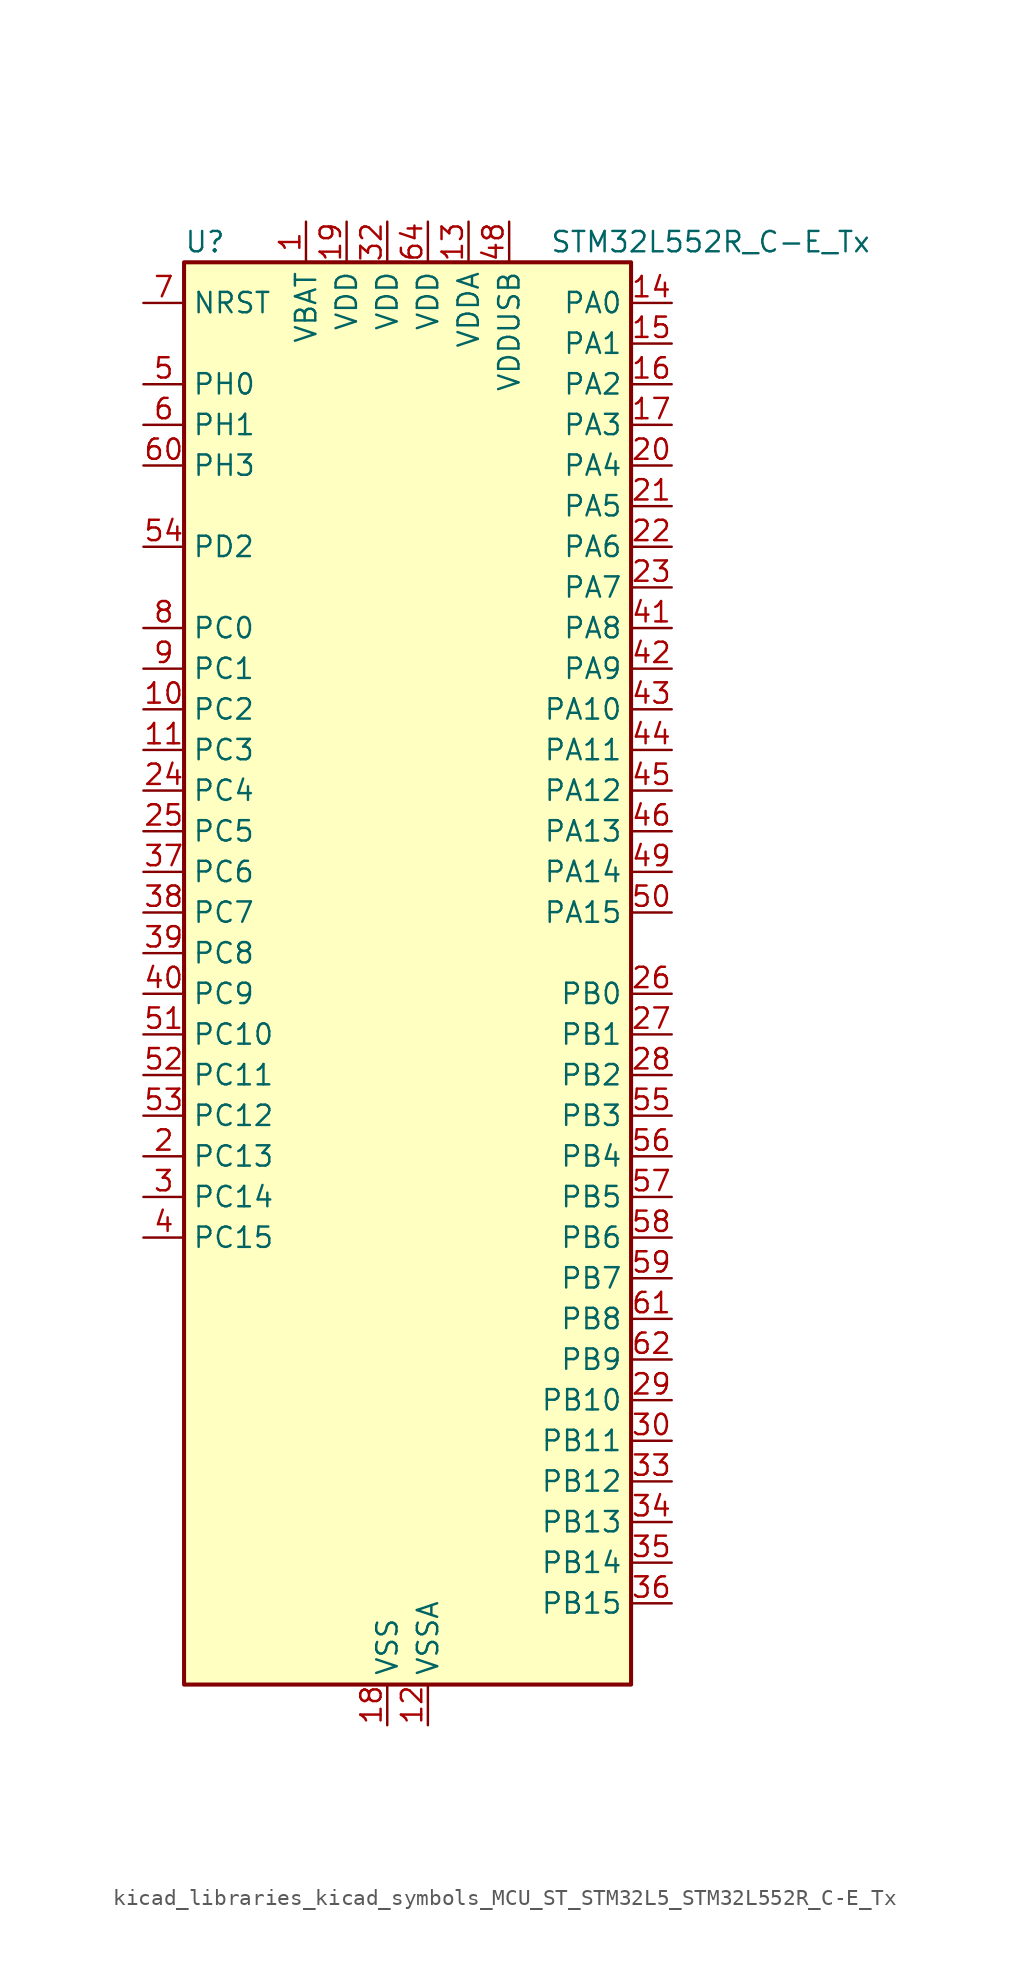
<source format=kicad_sym>
(kicad_symbol_lib
  (version 20220914)
  (generator kicad_symbol_editor)
  (symbol "kicad_libraries_kicad_symbols_MCU_ST_STM32L5_STM32L552R_C-E_Tx"
    (property "Reference" "U"
      (at -12.7 46.99 0)
      (effects (font (size 1.27 1.27)) (justify left)))
    (property "Value" "STM32L552R_C-E_Tx"
      (at 10.16 46.99 0)
      (effects (font (size 1.27 1.27)) (justify left)))
    (property "ki_locked" ""
      (at 0 0 0)
      (effects (font (size 1.27 1.27))))
    (symbol "kicad_libraries_kicad_symbols_MCU_ST_STM32L5_STM32L552R_C-E_Tx_0_1"
      (rectangle (start -12.7 -43.18) (end 15.24 45.72) (stroke (width 0.254) (type default)) (fill (type background))))
    (symbol "kicad_libraries_kicad_symbols_MCU_ST_STM32L5_STM32L552R_C-E_Tx_1_1"
      (pin power_in line (at -5.08 48.26 270) (length 2.54) (name "VBAT" (effects (font (size 1.27 1.27)))) (number "1" (effects (font (size 1.27 1.27)))))
      (pin bidirectional line (at -15.24 17.78 0) (length 2.54) (name "PC2" (effects (font (size 1.27 1.27)))) (number "10" (effects (font (size 1.27 1.27)))) (alternate "ADC1_IN3" bidirectional line) (alternate "ADC2_IN3" bidirectional line) (alternate "DFSDM1_CKOUT" bidirectional line) (alternate "LPTIM1_IN2" bidirectional line) (alternate "OCTOSPI1_IO5" bidirectional line) (alternate "SPI2_MISO" bidirectional line))
      (pin bidirectional line (at -15.24 15.24 0) (length 2.54) (name "PC3" (effects (font (size 1.27 1.27)))) (number "11" (effects (font (size 1.27 1.27)))) (alternate "ADC1_IN4" bidirectional line) (alternate "ADC2_IN4" bidirectional line) (alternate "LPTIM1_ETR" bidirectional line) (alternate "LPTIM2_ETR" bidirectional line) (alternate "LPTIM3_OUT" bidirectional line) (alternate "OCTOSPI1_IO6" bidirectional line) (alternate "SAI1_D1" bidirectional line) (alternate "SAI1_SD_A" bidirectional line) (alternate "SPI2_MOSI" bidirectional line))
      (pin power_in line (at 2.54 -45.72 90) (length 2.54) (name "VSSA" (effects (font (size 1.27 1.27)))) (number "12" (effects (font (size 1.27 1.27)))))
      (pin power_in line (at 5.08 48.26 270) (length 2.54) (name "VDDA" (effects (font (size 1.27 1.27)))) (number "13" (effects (font (size 1.27 1.27)))))
      (pin bidirectional line (at 17.78 43.18 180) (length 2.54) (name "PA0" (effects (font (size 1.27 1.27)))) (number "14" (effects (font (size 1.27 1.27)))) (alternate "ADC1_IN5" bidirectional line) (alternate "ADC2_IN5" bidirectional line) (alternate "OPAMP1_VINP" bidirectional line) (alternate "PWR_WKUP1" bidirectional line) (alternate "SAI1_EXTCLK" bidirectional line) (alternate "TAMP_IN2" bidirectional line) (alternate "TAMP_OUT1" bidirectional line) (alternate "TIM2_CH1" bidirectional line) (alternate "TIM2_ETR" bidirectional line) (alternate "TIM5_CH1" bidirectional line) (alternate "TIM8_ETR" bidirectional line) (alternate "UART4_TX" bidirectional line) (alternate "USART2_CTS" bidirectional line) (alternate "USART2_NSS" bidirectional line))
      (pin bidirectional line (at 17.78 40.64 180) (length 2.54) (name "PA1" (effects (font (size 1.27 1.27)))) (number "15" (effects (font (size 1.27 1.27)))) (alternate "ADC1_IN6" bidirectional line) (alternate "ADC2_IN6" bidirectional line) (alternate "I2C1_SMBA" bidirectional line) (alternate "OCTOSPI1_DQS" bidirectional line) (alternate "OPAMP1_VINM" bidirectional line) (alternate "SPI1_SCK" bidirectional line) (alternate "TAMP_IN5" bidirectional line) (alternate "TAMP_OUT4" bidirectional line) (alternate "TIM15_CH1N" bidirectional line) (alternate "TIM2_CH2" bidirectional line) (alternate "TIM5_CH2" bidirectional line) (alternate "UART4_RX" bidirectional line) (alternate "USART2_DE" bidirectional line) (alternate "USART2_RTS" bidirectional line))
      (pin bidirectional line (at 17.78 38.1 180) (length 2.54) (name "PA2" (effects (font (size 1.27 1.27)))) (number "16" (effects (font (size 1.27 1.27)))) (alternate "ADC1_IN7" bidirectional line) (alternate "ADC2_IN7" bidirectional line) (alternate "COMP1_INP" bidirectional line) (alternate "LPUART1_TX" bidirectional line) (alternate "OCTOSPI1_NCS" bidirectional line) (alternate "PWR_WKUP4" bidirectional line) (alternate "RCC_LSCO" bidirectional line) (alternate "SAI2_EXTCLK" bidirectional line) (alternate "TIM15_CH1" bidirectional line) (alternate "TIM2_CH3" bidirectional line) (alternate "TIM5_CH3" bidirectional line) (alternate "UCPD1_FRSTX1" bidirectional line) (alternate "USART2_TX" bidirectional line))
      (pin bidirectional line (at 17.78 35.56 180) (length 2.54) (name "PA3" (effects (font (size 1.27 1.27)))) (number "17" (effects (font (size 1.27 1.27)))) (alternate "ADC1_IN8" bidirectional line) (alternate "ADC2_IN8" bidirectional line) (alternate "LPUART1_RX" bidirectional line) (alternate "OCTOSPI1_CLK" bidirectional line) (alternate "OPAMP1_VOUT" bidirectional line) (alternate "SAI1_CK1" bidirectional line) (alternate "SAI1_MCLK_A" bidirectional line) (alternate "TIM15_CH2" bidirectional line) (alternate "TIM2_CH4" bidirectional line) (alternate "TIM5_CH4" bidirectional line) (alternate "USART2_RX" bidirectional line))
      (pin power_in line (at 0 -45.72 90) (length 2.54) (name "VSS" (effects (font (size 1.27 1.27)))) (number "18" (effects (font (size 1.27 1.27)))))
      (pin power_in line (at -2.54 48.26 270) (length 2.54) (name "VDD" (effects (font (size 1.27 1.27)))) (number "19" (effects (font (size 1.27 1.27)))))
      (pin bidirectional line (at -15.24 -10.16 0) (length 2.54) (name "PC13" (effects (font (size 1.27 1.27)))) (number "2" (effects (font (size 1.27 1.27)))) (alternate "PWR_WKUP2" bidirectional line) (alternate "RTC_OUT1" bidirectional line) (alternate "RTC_TS" bidirectional line) (alternate "TAMP_IN1" bidirectional line) (alternate "TAMP_OUT2" bidirectional line))
      (pin bidirectional line (at 17.78 33.02 180) (length 2.54) (name "PA4" (effects (font (size 1.27 1.27)))) (number "20" (effects (font (size 1.27 1.27)))) (alternate "ADC1_IN9" bidirectional line) (alternate "ADC2_IN9" bidirectional line) (alternate "DAC1_OUT1" bidirectional line) (alternate "LPTIM2_OUT" bidirectional line) (alternate "OCTOSPI1_NCS" bidirectional line) (alternate "SAI1_FS_B" bidirectional line) (alternate "SPI1_NSS" bidirectional line) (alternate "SPI3_NSS" bidirectional line) (alternate "USART2_CK" bidirectional line))
      (pin bidirectional line (at 17.78 30.48 180) (length 2.54) (name "PA5" (effects (font (size 1.27 1.27)))) (number "21" (effects (font (size 1.27 1.27)))) (alternate "ADC1_IN10" bidirectional line) (alternate "ADC2_IN10" bidirectional line) (alternate "DAC1_OUT2" bidirectional line) (alternate "LPTIM2_ETR" bidirectional line) (alternate "SPI1_SCK" bidirectional line) (alternate "TIM2_CH1" bidirectional line) (alternate "TIM2_ETR" bidirectional line) (alternate "TIM8_CH1N" bidirectional line))
      (pin bidirectional line (at 17.78 27.94 180) (length 2.54) (name "PA6" (effects (font (size 1.27 1.27)))) (number "22" (effects (font (size 1.27 1.27)))) (alternate "ADC1_IN11" bidirectional line) (alternate "ADC2_IN11" bidirectional line) (alternate "LPUART1_CTS" bidirectional line) (alternate "OCTOSPI1_IO3" bidirectional line) (alternate "OPAMP2_VINP" bidirectional line) (alternate "SPI1_MISO" bidirectional line) (alternate "TIM16_CH1" bidirectional line) (alternate "TIM1_BKIN" bidirectional line) (alternate "TIM3_CH1" bidirectional line) (alternate "TIM8_BKIN" bidirectional line) (alternate "USART3_CTS" bidirectional line) (alternate "USART3_NSS" bidirectional line))
      (pin bidirectional line (at 17.78 25.4 180) (length 2.54) (name "PA7" (effects (font (size 1.27 1.27)))) (number "23" (effects (font (size 1.27 1.27)))) (alternate "ADC1_IN12" bidirectional line) (alternate "ADC2_IN12" bidirectional line) (alternate "I2C3_SCL" bidirectional line) (alternate "OCTOSPI1_IO2" bidirectional line) (alternate "OPAMP2_VINM" bidirectional line) (alternate "SPI1_MOSI" bidirectional line) (alternate "TIM17_CH1" bidirectional line) (alternate "TIM1_CH1N" bidirectional line) (alternate "TIM3_CH2" bidirectional line) (alternate "TIM8_CH1N" bidirectional line))
      (pin bidirectional line (at -15.24 12.7 0) (length 2.54) (name "PC4" (effects (font (size 1.27 1.27)))) (number "24" (effects (font (size 1.27 1.27)))) (alternate "ADC1_IN13" bidirectional line) (alternate "ADC2_IN13" bidirectional line) (alternate "COMP1_INM" bidirectional line) (alternate "OCTOSPI1_IO7" bidirectional line) (alternate "USART3_TX" bidirectional line))
      (pin bidirectional line (at -15.24 10.16 0) (length 2.54) (name "PC5" (effects (font (size 1.27 1.27)))) (number "25" (effects (font (size 1.27 1.27)))) (alternate "ADC1_IN14" bidirectional line) (alternate "ADC2_IN14" bidirectional line) (alternate "COMP1_INP" bidirectional line) (alternate "PWR_WKUP5" bidirectional line) (alternate "SAI1_D3" bidirectional line) (alternate "TAMP_IN4" bidirectional line) (alternate "TAMP_OUT5" bidirectional line) (alternate "USART3_RX" bidirectional line))
      (pin bidirectional line (at 17.78 0 180) (length 2.54) (name "PB0" (effects (font (size 1.27 1.27)))) (number "26" (effects (font (size 1.27 1.27)))) (alternate "ADC1_IN15" bidirectional line) (alternate "ADC2_IN15" bidirectional line) (alternate "COMP1_OUT" bidirectional line) (alternate "OCTOSPI1_IO1" bidirectional line) (alternate "OPAMP2_VOUT" bidirectional line) (alternate "SAI1_EXTCLK" bidirectional line) (alternate "SPI1_NSS" bidirectional line) (alternate "TIM1_CH2N" bidirectional line) (alternate "TIM3_CH3" bidirectional line) (alternate "TIM8_CH2N" bidirectional line) (alternate "USART3_CK" bidirectional line))
      (pin bidirectional line (at 17.78 -2.54 180) (length 2.54) (name "PB1" (effects (font (size 1.27 1.27)))) (number "27" (effects (font (size 1.27 1.27)))) (alternate "ADC1_IN16" bidirectional line) (alternate "ADC2_IN16" bidirectional line) (alternate "COMP1_INM" bidirectional line) (alternate "DFSDM1_DATIN0" bidirectional line) (alternate "LPTIM2_IN1" bidirectional line) (alternate "LPUART1_DE" bidirectional line) (alternate "LPUART1_RTS" bidirectional line) (alternate "OCTOSPI1_IO0" bidirectional line) (alternate "TIM1_CH3N" bidirectional line) (alternate "TIM3_CH4" bidirectional line) (alternate "TIM8_CH3N" bidirectional line) (alternate "USART3_DE" bidirectional line) (alternate "USART3_RTS" bidirectional line))
      (pin bidirectional line (at 17.78 -5.08 180) (length 2.54) (name "PB2" (effects (font (size 1.27 1.27)))) (number "28" (effects (font (size 1.27 1.27)))) (alternate "COMP1_INP" bidirectional line) (alternate "DFSDM1_CKIN0" bidirectional line) (alternate "I2C3_SMBA" bidirectional line) (alternate "LPTIM1_OUT" bidirectional line) (alternate "OCTOSPI1_DQS" bidirectional line) (alternate "RTC_OUT2" bidirectional line) (alternate "UCPD1_FRSTX1" bidirectional line))
      (pin bidirectional line (at 17.78 -25.4 180) (length 2.54) (name "PB10" (effects (font (size 1.27 1.27)))) (number "29" (effects (font (size 1.27 1.27)))) (alternate "COMP1_OUT" bidirectional line) (alternate "I2C2_SCL" bidirectional line) (alternate "I2C4_SCL" bidirectional line) (alternate "LPTIM3_OUT" bidirectional line) (alternate "LPUART1_RX" bidirectional line) (alternate "OCTOSPI1_CLK" bidirectional line) (alternate "SAI1_SCK_A" bidirectional line) (alternate "SPI2_SCK" bidirectional line) (alternate "TIM2_CH3" bidirectional line) (alternate "TSC_SYNC" bidirectional line) (alternate "USART3_TX" bidirectional line))
      (pin bidirectional line (at -15.24 -12.7 0) (length 2.54) (name "PC14" (effects (font (size 1.27 1.27)))) (number "3" (effects (font (size 1.27 1.27)))) (alternate "RCC_OSC32_IN" bidirectional line))
      (pin bidirectional line (at 17.78 -27.94 180) (length 2.54) (name "PB11" (effects (font (size 1.27 1.27)))) (number "30" (effects (font (size 1.27 1.27)))) (alternate "ADC1_EXTI11" bidirectional line) (alternate "ADC2_EXTI11" bidirectional line) (alternate "COMP2_OUT" bidirectional line) (alternate "I2C2_SDA" bidirectional line) (alternate "I2C4_SDA" bidirectional line) (alternate "LPUART1_TX" bidirectional line) (alternate "OCTOSPI1_NCS" bidirectional line) (alternate "TIM2_CH4" bidirectional line) (alternate "USART3_RX" bidirectional line))
      (pin passive line (at 0 -45.72 90) (length 2.54) hide (name "VSS" (effects (font (size 1.27 1.27)))) (number "31" (effects (font (size 1.27 1.27)))))
      (pin power_in line (at 0 48.26 270) (length 2.54) (name "VDD" (effects (font (size 1.27 1.27)))) (number "32" (effects (font (size 1.27 1.27)))))
      (pin bidirectional line (at 17.78 -30.48 180) (length 2.54) (name "PB12" (effects (font (size 1.27 1.27)))) (number "33" (effects (font (size 1.27 1.27)))) (alternate "DFSDM1_DATIN1" bidirectional line) (alternate "I2C2_SMBA" bidirectional line) (alternate "LPUART1_DE" bidirectional line) (alternate "LPUART1_RTS" bidirectional line) (alternate "OCTOSPI1_NCLK" bidirectional line) (alternate "SAI2_FS_A" bidirectional line) (alternate "SPI2_NSS" bidirectional line) (alternate "TIM15_BKIN" bidirectional line) (alternate "TIM1_BKIN" bidirectional line) (alternate "TSC_G1_IO1" bidirectional line) (alternate "USART3_CK" bidirectional line))
      (pin bidirectional line (at 17.78 -33.02 180) (length 2.54) (name "PB13" (effects (font (size 1.27 1.27)))) (number "34" (effects (font (size 1.27 1.27)))) (alternate "DFSDM1_CKIN1" bidirectional line) (alternate "I2C2_SCL" bidirectional line) (alternate "LPTIM3_IN1" bidirectional line) (alternate "LPUART1_CTS" bidirectional line) (alternate "SAI2_SCK_A" bidirectional line) (alternate "SPI2_SCK" bidirectional line) (alternate "TIM15_CH1N" bidirectional line) (alternate "TIM1_CH1N" bidirectional line) (alternate "TSC_G1_IO2" bidirectional line) (alternate "UCPD1_FRSTX2" bidirectional line) (alternate "USART3_CTS" bidirectional line) (alternate "USART3_NSS" bidirectional line))
      (pin bidirectional line (at 17.78 -35.56 180) (length 2.54) (name "PB14" (effects (font (size 1.27 1.27)))) (number "35" (effects (font (size 1.27 1.27)))) (alternate "DFSDM1_DATIN2" bidirectional line) (alternate "I2C2_SDA" bidirectional line) (alternate "LPTIM3_ETR" bidirectional line) (alternate "SAI2_MCLK_A" bidirectional line) (alternate "SPI2_MISO" bidirectional line) (alternate "TIM15_CH1" bidirectional line) (alternate "TIM1_CH2N" bidirectional line) (alternate "TIM8_CH2N" bidirectional line) (alternate "TSC_G1_IO3" bidirectional line) (alternate "UCPD1_DBCC2" bidirectional line) (alternate "USART3_DE" bidirectional line) (alternate "USART3_RTS" bidirectional line))
      (pin bidirectional line (at 17.78 -38.1 180) (length 2.54) (name "PB15" (effects (font (size 1.27 1.27)))) (number "36" (effects (font (size 1.27 1.27)))) (alternate "ADC1_EXTI15" bidirectional line) (alternate "ADC2_EXTI15" bidirectional line) (alternate "DFSDM1_CKIN2" bidirectional line) (alternate "RTC_REFIN" bidirectional line) (alternate "SAI2_SD_A" bidirectional line) (alternate "SPI2_MOSI" bidirectional line) (alternate "TIM15_CH2" bidirectional line) (alternate "TIM1_CH3N" bidirectional line) (alternate "TIM8_CH3N" bidirectional line) (alternate "UCPD1_CC2" bidirectional line))
      (pin bidirectional line (at -15.24 7.62 0) (length 2.54) (name "PC6" (effects (font (size 1.27 1.27)))) (number "37" (effects (font (size 1.27 1.27)))) (alternate "DFSDM1_CKIN3" bidirectional line) (alternate "SAI2_MCLK_A" bidirectional line) (alternate "SDMMC1_D0DIR" bidirectional line) (alternate "SDMMC1_D6" bidirectional line) (alternate "TIM3_CH1" bidirectional line) (alternate "TIM8_CH1" bidirectional line) (alternate "TSC_G4_IO1" bidirectional line))
      (pin bidirectional line (at -15.24 5.08 0) (length 2.54) (name "PC7" (effects (font (size 1.27 1.27)))) (number "38" (effects (font (size 1.27 1.27)))) (alternate "DFSDM1_DATIN3" bidirectional line) (alternate "SAI2_MCLK_B" bidirectional line) (alternate "SDMMC1_D123DIR" bidirectional line) (alternate "SDMMC1_D7" bidirectional line) (alternate "TIM3_CH2" bidirectional line) (alternate "TIM8_CH2" bidirectional line) (alternate "TSC_G4_IO2" bidirectional line))
      (pin bidirectional line (at -15.24 2.54 0) (length 2.54) (name "PC8" (effects (font (size 1.27 1.27)))) (number "39" (effects (font (size 1.27 1.27)))) (alternate "SDMMC1_D0" bidirectional line) (alternate "TIM3_CH3" bidirectional line) (alternate "TIM8_CH3" bidirectional line) (alternate "TSC_G4_IO3" bidirectional line))
      (pin bidirectional line (at -15.24 -15.24 0) (length 2.54) (name "PC15" (effects (font (size 1.27 1.27)))) (number "4" (effects (font (size 1.27 1.27)))) (alternate "ADC1_EXTI15" bidirectional line) (alternate "ADC2_EXTI15" bidirectional line) (alternate "RCC_OSC32_OUT" bidirectional line))
      (pin bidirectional line (at -15.24 0 0) (length 2.54) (name "PC9" (effects (font (size 1.27 1.27)))) (number "40" (effects (font (size 1.27 1.27)))) (alternate "DAC1_EXTI9" bidirectional line) (alternate "DEBUG_TRACED0" bidirectional line) (alternate "SAI2_EXTCLK" bidirectional line) (alternate "SDMMC1_D1" bidirectional line) (alternate "TIM3_CH4" bidirectional line) (alternate "TIM8_BKIN2" bidirectional line) (alternate "TIM8_CH4" bidirectional line) (alternate "TSC_G4_IO4" bidirectional line) (alternate "USB_NOE" bidirectional line))
      (pin bidirectional line (at 17.78 22.86 180) (length 2.54) (name "PA8" (effects (font (size 1.27 1.27)))) (number "41" (effects (font (size 1.27 1.27)))) (alternate "LPTIM2_OUT" bidirectional line) (alternate "RCC_MCO" bidirectional line) (alternate "SAI1_CK2" bidirectional line) (alternate "SAI1_SCK_A" bidirectional line) (alternate "TIM1_CH1" bidirectional line) (alternate "USART1_CK" bidirectional line))
      (pin bidirectional line (at 17.78 20.32 180) (length 2.54) (name "PA9" (effects (font (size 1.27 1.27)))) (number "42" (effects (font (size 1.27 1.27)))) (alternate "DAC1_EXTI9" bidirectional line) (alternate "SAI1_FS_A" bidirectional line) (alternate "SPI2_SCK" bidirectional line) (alternate "TIM15_BKIN" bidirectional line) (alternate "TIM1_CH2" bidirectional line) (alternate "USART1_TX" bidirectional line))
      (pin bidirectional line (at 17.78 17.78 180) (length 2.54) (name "PA10" (effects (font (size 1.27 1.27)))) (number "43" (effects (font (size 1.27 1.27)))) (alternate "CRS_SYNC" bidirectional line) (alternate "SAI1_D1" bidirectional line) (alternate "SAI1_SD_A" bidirectional line) (alternate "TIM17_BKIN" bidirectional line) (alternate "TIM1_CH3" bidirectional line) (alternate "USART1_RX" bidirectional line))
      (pin bidirectional line (at 17.78 15.24 180) (length 2.54) (name "PA11" (effects (font (size 1.27 1.27)))) (number "44" (effects (font (size 1.27 1.27)))) (alternate "ADC1_EXTI11" bidirectional line) (alternate "ADC2_EXTI11" bidirectional line) (alternate "FDCAN1_RX" bidirectional line) (alternate "SPI1_MISO" bidirectional line) (alternate "TIM1_BKIN2" bidirectional line) (alternate "TIM1_CH4" bidirectional line) (alternate "USART1_CTS" bidirectional line) (alternate "USART1_NSS" bidirectional line) (alternate "USB_DM" bidirectional line))
      (pin bidirectional line (at 17.78 12.7 180) (length 2.54) (name "PA12" (effects (font (size 1.27 1.27)))) (number "45" (effects (font (size 1.27 1.27)))) (alternate "FDCAN1_TX" bidirectional line) (alternate "SPI1_MOSI" bidirectional line) (alternate "TIM1_ETR" bidirectional line) (alternate "USART1_DE" bidirectional line) (alternate "USART1_RTS" bidirectional line) (alternate "USB_DP" bidirectional line))
      (pin bidirectional line (at 17.78 10.16 180) (length 2.54) (name "PA13" (effects (font (size 1.27 1.27)))) (number "46" (effects (font (size 1.27 1.27)))) (alternate "DEBUG_JTMS-SWDIO" bidirectional line) (alternate "IR_OUT" bidirectional line) (alternate "SAI1_SD_B" bidirectional line) (alternate "USB_NOE" bidirectional line))
      (pin passive line (at 0 -45.72 90) (length 2.54) hide (name "VSS" (effects (font (size 1.27 1.27)))) (number "47" (effects (font (size 1.27 1.27)))))
      (pin power_in line (at 7.62 48.26 270) (length 2.54) (name "VDDUSB" (effects (font (size 1.27 1.27)))) (number "48" (effects (font (size 1.27 1.27)))))
      (pin bidirectional line (at 17.78 7.62 180) (length 2.54) (name "PA14" (effects (font (size 1.27 1.27)))) (number "49" (effects (font (size 1.27 1.27)))) (alternate "DEBUG_JTCK-SWCLK" bidirectional line) (alternate "I2C1_SMBA" bidirectional line) (alternate "I2C4_SMBA" bidirectional line) (alternate "LPTIM1_OUT" bidirectional line) (alternate "SAI1_FS_B" bidirectional line))
      (pin bidirectional line (at -15.24 38.1 0) (length 2.54) (name "PH0" (effects (font (size 1.27 1.27)))) (number "5" (effects (font (size 1.27 1.27)))) (alternate "RCC_OSC_IN" bidirectional line))
      (pin bidirectional line (at 17.78 5.08 180) (length 2.54) (name "PA15" (effects (font (size 1.27 1.27)))) (number "50" (effects (font (size 1.27 1.27)))) (alternate "ADC1_EXTI15" bidirectional line) (alternate "ADC2_EXTI15" bidirectional line) (alternate "DEBUG_JTDI" bidirectional line) (alternate "SAI2_FS_B" bidirectional line) (alternate "SPI1_NSS" bidirectional line) (alternate "SPI3_NSS" bidirectional line) (alternate "TIM2_CH1" bidirectional line) (alternate "TIM2_ETR" bidirectional line) (alternate "UART4_DE" bidirectional line) (alternate "UART4_RTS" bidirectional line) (alternate "UCPD1_CC1" bidirectional line) (alternate "USART2_RX" bidirectional line) (alternate "USART3_DE" bidirectional line) (alternate "USART3_RTS" bidirectional line))
      (pin bidirectional line (at -15.24 -2.54 0) (length 2.54) (name "PC10" (effects (font (size 1.27 1.27)))) (number "51" (effects (font (size 1.27 1.27)))) (alternate "DEBUG_TRACED1" bidirectional line) (alternate "LPTIM3_ETR" bidirectional line) (alternate "SAI2_SCK_B" bidirectional line) (alternate "SDMMC1_D2" bidirectional line) (alternate "SPI3_SCK" bidirectional line) (alternate "TSC_G3_IO2" bidirectional line) (alternate "UART4_TX" bidirectional line) (alternate "USART3_TX" bidirectional line))
      (pin bidirectional line (at -15.24 -5.08 0) (length 2.54) (name "PC11" (effects (font (size 1.27 1.27)))) (number "52" (effects (font (size 1.27 1.27)))) (alternate "ADC1_EXTI11" bidirectional line) (alternate "ADC2_EXTI11" bidirectional line) (alternate "LPTIM3_IN1" bidirectional line) (alternate "OCTOSPI1_NCS" bidirectional line) (alternate "SAI2_MCLK_B" bidirectional line) (alternate "SDMMC1_D3" bidirectional line) (alternate "SPI3_MISO" bidirectional line) (alternate "TSC_G3_IO3" bidirectional line) (alternate "UART4_RX" bidirectional line) (alternate "UCPD1_FRSTX2" bidirectional line) (alternate "USART3_RX" bidirectional line))
      (pin bidirectional line (at -15.24 -7.62 0) (length 2.54) (name "PC12" (effects (font (size 1.27 1.27)))) (number "53" (effects (font (size 1.27 1.27)))) (alternate "DEBUG_TRACED3" bidirectional line) (alternate "SAI2_SD_B" bidirectional line) (alternate "SDMMC1_CK" bidirectional line) (alternate "SPI3_MOSI" bidirectional line) (alternate "TSC_G3_IO4" bidirectional line) (alternate "UART5_TX" bidirectional line) (alternate "USART3_CK" bidirectional line))
      (pin bidirectional line (at -15.24 27.94 0) (length 2.54) (name "PD2" (effects (font (size 1.27 1.27)))) (number "54" (effects (font (size 1.27 1.27)))) (alternate "DEBUG_TRACED2" bidirectional line) (alternate "SDMMC1_CMD" bidirectional line) (alternate "TIM3_ETR" bidirectional line) (alternate "TSC_SYNC" bidirectional line) (alternate "UART5_RX" bidirectional line) (alternate "USART3_DE" bidirectional line) (alternate "USART3_RTS" bidirectional line))
      (pin bidirectional line (at 17.78 -7.62 180) (length 2.54) (name "PB3" (effects (font (size 1.27 1.27)))) (number "55" (effects (font (size 1.27 1.27)))) (alternate "COMP2_INM" bidirectional line) (alternate "CRS_SYNC" bidirectional line) (alternate "DEBUG_JTDO-SWO" bidirectional line) (alternate "SAI1_SCK_B" bidirectional line) (alternate "SPI1_SCK" bidirectional line) (alternate "SPI3_SCK" bidirectional line) (alternate "TIM2_CH2" bidirectional line) (alternate "USART1_DE" bidirectional line) (alternate "USART1_RTS" bidirectional line))
      (pin bidirectional line (at 17.78 -10.16 180) (length 2.54) (name "PB4" (effects (font (size 1.27 1.27)))) (number "56" (effects (font (size 1.27 1.27)))) (alternate "COMP2_INP" bidirectional line) (alternate "DEBUG_JTRST" bidirectional line) (alternate "I2C3_SDA" bidirectional line) (alternate "SAI1_MCLK_B" bidirectional line) (alternate "SPI1_MISO" bidirectional line) (alternate "SPI3_MISO" bidirectional line) (alternate "TIM17_BKIN" bidirectional line) (alternate "TIM3_CH1" bidirectional line) (alternate "TSC_G2_IO1" bidirectional line) (alternate "UART5_DE" bidirectional line) (alternate "UART5_RTS" bidirectional line) (alternate "USART1_CTS" bidirectional line) (alternate "USART1_NSS" bidirectional line))
      (pin bidirectional line (at 17.78 -12.7 180) (length 2.54) (name "PB5" (effects (font (size 1.27 1.27)))) (number "57" (effects (font (size 1.27 1.27)))) (alternate "COMP2_OUT" bidirectional line) (alternate "I2C1_SMBA" bidirectional line) (alternate "LPTIM1_IN1" bidirectional line) (alternate "OCTOSPI1_NCLK" bidirectional line) (alternate "SAI1_SD_B" bidirectional line) (alternate "SPI1_MOSI" bidirectional line) (alternate "SPI3_MOSI" bidirectional line) (alternate "TIM16_BKIN" bidirectional line) (alternate "TIM3_CH2" bidirectional line) (alternate "TSC_G2_IO2" bidirectional line) (alternate "UART5_CTS" bidirectional line) (alternate "UCPD1_DBCC1" bidirectional line) (alternate "USART1_CK" bidirectional line))
      (pin bidirectional line (at 17.78 -15.24 180) (length 2.54) (name "PB6" (effects (font (size 1.27 1.27)))) (number "58" (effects (font (size 1.27 1.27)))) (alternate "COMP2_INP" bidirectional line) (alternate "I2C1_SCL" bidirectional line) (alternate "I2C4_SCL" bidirectional line) (alternate "LPTIM1_ETR" bidirectional line) (alternate "SAI1_FS_B" bidirectional line) (alternate "TIM16_CH1N" bidirectional line) (alternate "TIM4_CH1" bidirectional line) (alternate "TIM8_BKIN2" bidirectional line) (alternate "TSC_G2_IO3" bidirectional line) (alternate "USART1_TX" bidirectional line))
      (pin bidirectional line (at 17.78 -17.78 180) (length 2.54) (name "PB7" (effects (font (size 1.27 1.27)))) (number "59" (effects (font (size 1.27 1.27)))) (alternate "COMP2_INM" bidirectional line) (alternate "I2C1_SDA" bidirectional line) (alternate "I2C4_SDA" bidirectional line) (alternate "LPTIM1_IN2" bidirectional line) (alternate "PWR_PVD_IN" bidirectional line) (alternate "TIM17_CH1N" bidirectional line) (alternate "TIM4_CH2" bidirectional line) (alternate "TIM8_BKIN" bidirectional line) (alternate "TSC_G2_IO4" bidirectional line) (alternate "UART4_CTS" bidirectional line) (alternate "USART1_RX" bidirectional line))
      (pin bidirectional line (at -15.24 35.56 0) (length 2.54) (name "PH1" (effects (font (size 1.27 1.27)))) (number "6" (effects (font (size 1.27 1.27)))) (alternate "RCC_OSC_OUT" bidirectional line))
      (pin bidirectional line (at -15.24 33.02 0) (length 2.54) (name "PH3" (effects (font (size 1.27 1.27)))) (number "60" (effects (font (size 1.27 1.27)))))
      (pin bidirectional line (at 17.78 -20.32 180) (length 2.54) (name "PB8" (effects (font (size 1.27 1.27)))) (number "61" (effects (font (size 1.27 1.27)))) (alternate "DFSDM1_CKOUT" bidirectional line) (alternate "FDCAN1_RX" bidirectional line) (alternate "I2C1_SCL" bidirectional line) (alternate "SAI1_CK1" bidirectional line) (alternate "SAI1_MCLK_A" bidirectional line) (alternate "SDMMC1_CKIN" bidirectional line) (alternate "SDMMC1_D4" bidirectional line) (alternate "TIM16_CH1" bidirectional line) (alternate "TIM4_CH3" bidirectional line))
      (pin bidirectional line (at 17.78 -22.86 180) (length 2.54) (name "PB9" (effects (font (size 1.27 1.27)))) (number "62" (effects (font (size 1.27 1.27)))) (alternate "DAC1_EXTI9" bidirectional line) (alternate "FDCAN1_TX" bidirectional line) (alternate "I2C1_SDA" bidirectional line) (alternate "IR_OUT" bidirectional line) (alternate "SAI1_D2" bidirectional line) (alternate "SAI1_FS_A" bidirectional line) (alternate "SDMMC1_CDIR" bidirectional line) (alternate "SDMMC1_D5" bidirectional line) (alternate "SPI2_NSS" bidirectional line) (alternate "TIM17_CH1" bidirectional line) (alternate "TIM4_CH4" bidirectional line))
      (pin passive line (at 0 -45.72 90) (length 2.54) hide (name "VSS" (effects (font (size 1.27 1.27)))) (number "63" (effects (font (size 1.27 1.27)))))
      (pin power_in line (at 2.54 48.26 270) (length 2.54) (name "VDD" (effects (font (size 1.27 1.27)))) (number "64" (effects (font (size 1.27 1.27)))))
      (pin input line (at -15.24 43.18 0) (length 2.54) (name "NRST" (effects (font (size 1.27 1.27)))) (number "7" (effects (font (size 1.27 1.27)))))
      (pin bidirectional line (at -15.24 22.86 0) (length 2.54) (name "PC0" (effects (font (size 1.27 1.27)))) (number "8" (effects (font (size 1.27 1.27)))) (alternate "ADC1_IN1" bidirectional line) (alternate "ADC2_IN1" bidirectional line) (alternate "I2C3_SCL" bidirectional line) (alternate "LPTIM1_IN1" bidirectional line) (alternate "LPTIM2_IN1" bidirectional line) (alternate "LPUART1_RX" bidirectional line) (alternate "OCTOSPI1_IO7" bidirectional line) (alternate "SAI2_FS_A" bidirectional line) (alternate "SDMMC1_D5" bidirectional line))
      (pin bidirectional line (at -15.24 20.32 0) (length 2.54) (name "PC1" (effects (font (size 1.27 1.27)))) (number "9" (effects (font (size 1.27 1.27)))) (alternate "ADC1_IN2" bidirectional line) (alternate "ADC2_IN2" bidirectional line) (alternate "DEBUG_TRACED0" bidirectional line) (alternate "I2C3_SDA" bidirectional line) (alternate "LPTIM1_OUT" bidirectional line) (alternate "LPUART1_TX" bidirectional line) (alternate "OCTOSPI1_IO4" bidirectional line) (alternate "SAI1_SD_A" bidirectional line) (alternate "SPI2_MOSI" bidirectional line)))))
</source>
